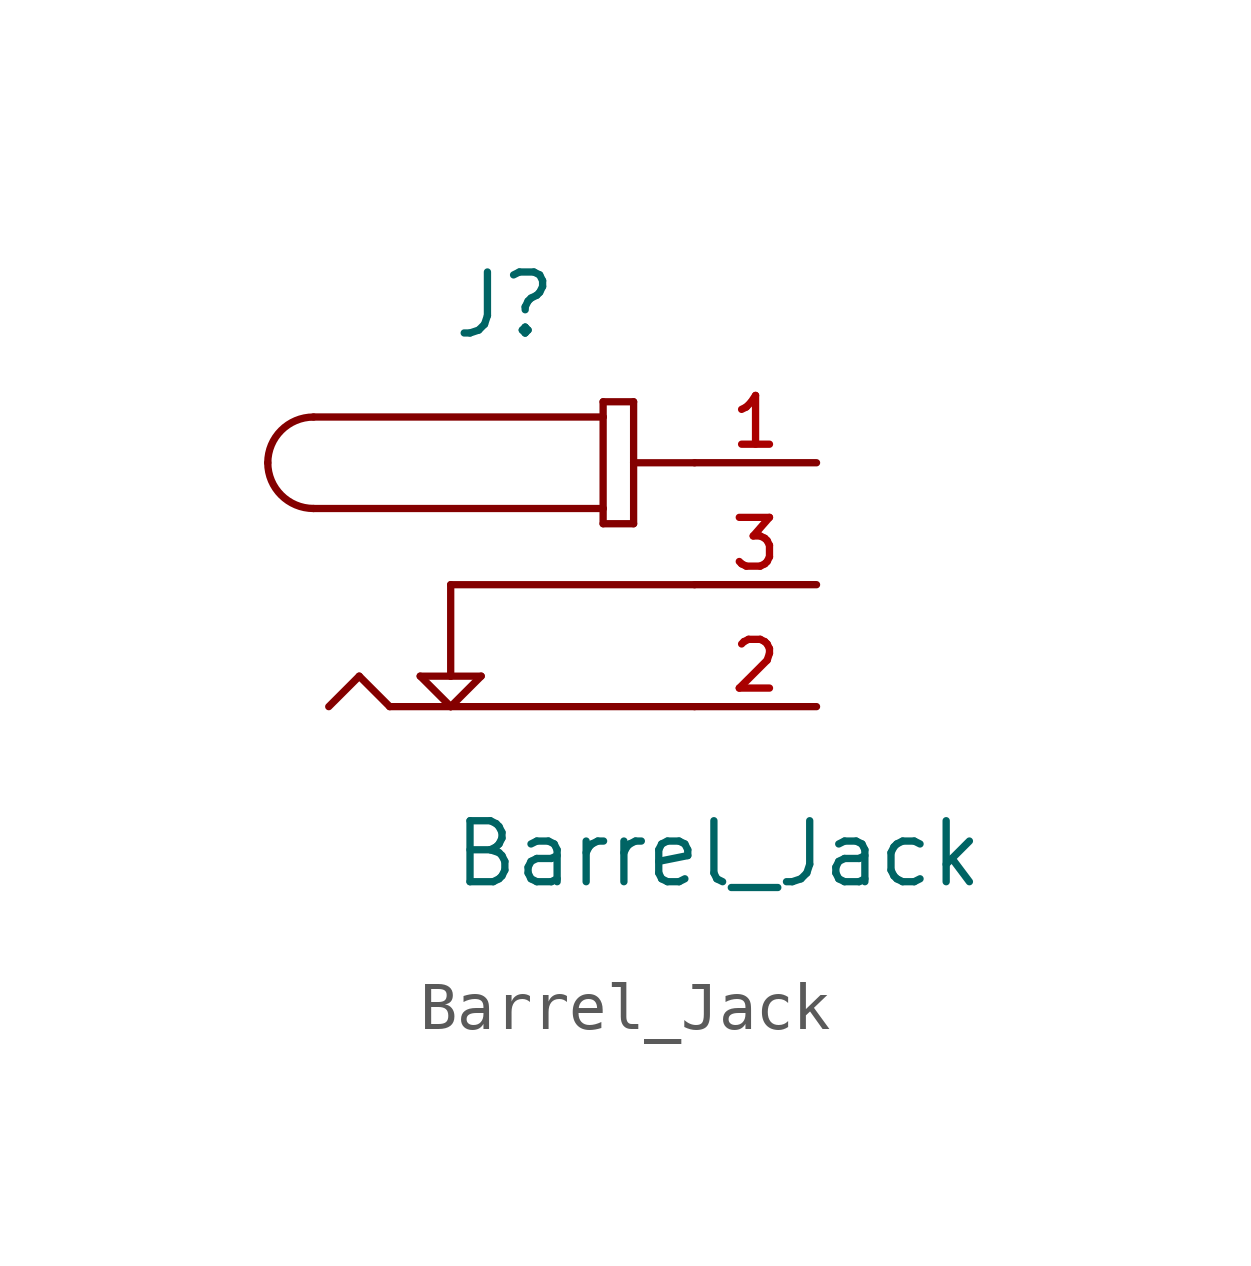
<source format=kicad_sym>
(kicad_symbol_lib
  (version 20211014)
  (generator kicad_symbol_editor)
  (symbol "Barrel_Jack"
    (pin_names
      (offset 1.016))
    (property "Reference" "J"
      (at 0 2.54 0)
      (effects (font (size 1.27 1.27)) (justify left bottom)))
    (property "Value" "Barrel_Jack"
      (at 0 -8.89 0)
      (effects (font (size 1.27 1.27)) (justify left bottom)))
    (symbol "Barrel_Jack_0_0"
      (arc (start -3.81 0) (mid -3.531 -0.6735) (end -2.8575 -0.9525) (stroke (width 0.1524) (type default) (color 0 0 0 0)) (fill (type none)))
      (arc (start -2.8575 0.9525) (mid -3.531 0.6735) (end -3.81 0) (stroke (width 0.1524) (type default) (color 0 0 0 0)) (fill (type none)))
      (polyline (pts (xy -2.857 0.953) (xy 3.175 0.953)) (stroke (width 0.152) (type default) (color 0 0 0 0)) (fill (type none)))
      (polyline (pts (xy -1.905 -4.445) (xy -2.54 -5.08)) (stroke (width 0.152) (type default) (color 0 0 0 0)) (fill (type none)))
      (polyline (pts (xy -1.27 -5.08) (xy -1.905 -4.445)) (stroke (width 0.152) (type default) (color 0 0 0 0)) (fill (type none)))
      (polyline (pts (xy -0.635 -4.445) (xy 0 -4.445)) (stroke (width 0.152) (type default) (color 0 0 0 0)) (fill (type none)))
      (polyline (pts (xy 0 -5.08) (xy -1.27 -5.08)) (stroke (width 0.152) (type default) (color 0 0 0 0)) (fill (type none)))
      (polyline (pts (xy 0 -5.08) (xy -0.635 -4.445)) (stroke (width 0.152) (type default) (color 0 0 0 0)) (fill (type none)))
      (polyline (pts (xy 0 -4.445) (xy 0.635 -4.445)) (stroke (width 0.152) (type default) (color 0 0 0 0)) (fill (type none)))
      (polyline (pts (xy 0 -2.54) (xy 0 -4.445)) (stroke (width 0.152) (type default) (color 0 0 0 0)) (fill (type none)))
      (polyline (pts (xy 0.635 -4.445) (xy 0 -5.08)) (stroke (width 0.152) (type default) (color 0 0 0 0)) (fill (type none)))
      (polyline (pts (xy 3.175 -1.27) (xy 3.175 -0.953)) (stroke (width 0.152) (type default) (color 0 0 0 0)) (fill (type none)))
      (polyline (pts (xy 3.175 -0.953) (xy -2.857 -0.953)) (stroke (width 0.152) (type default) (color 0 0 0 0)) (fill (type none)))
      (polyline (pts (xy 3.175 0.953) (xy 3.175 -0.953)) (stroke (width 0.152) (type default) (color 0 0 0 0)) (fill (type none)))
      (polyline (pts (xy 3.175 0.953) (xy 3.175 1.27)) (stroke (width 0.152) (type default) (color 0 0 0 0)) (fill (type none)))
      (polyline (pts (xy 3.175 1.27) (xy 3.81 1.27)) (stroke (width 0.152) (type default) (color 0 0 0 0)) (fill (type none)))
      (polyline (pts (xy 3.81 -1.27) (xy 3.175 -1.27)) (stroke (width 0.152) (type default) (color 0 0 0 0)) (fill (type none)))
      (polyline (pts (xy 3.81 0) (xy 3.81 -1.27)) (stroke (width 0.152) (type default) (color 0 0 0 0)) (fill (type none)))
      (polyline (pts (xy 3.81 1.27) (xy 3.81 0)) (stroke (width 0.152) (type default) (color 0 0 0 0)) (fill (type none)))
      (polyline (pts (xy 5.08 -5.08) (xy 0 -5.08)) (stroke (width 0.152) (type default) (color 0 0 0 0)) (fill (type none)))
      (polyline (pts (xy 5.08 -2.54) (xy 0 -2.54)) (stroke (width 0.152) (type default) (color 0 0 0 0)) (fill (type none)))
      (polyline (pts (xy 5.08 0) (xy 3.81 0)) (stroke (width 0.152) (type default) (color 0 0 0 0)) (fill (type none)))
      (pin passive line (at 7.62 0 180) (length 2.54) (name "~" (effects (font (size 1.016 1.016)))) (number "1" (effects (font (size 1.016 1.016)))))
      (pin passive line (at 7.62 -5.08 180) (length 2.54) (name "~" (effects (font (size 1.016 1.016)))) (number "2" (effects (font (size 1.016 1.016)))))
      (pin passive line (at 7.62 -2.54 180) (length 2.54) (name "~" (effects (font (size 1.016 1.016)))) (number "3" (effects (font (size 1.016 1.016))))))))
</source>
